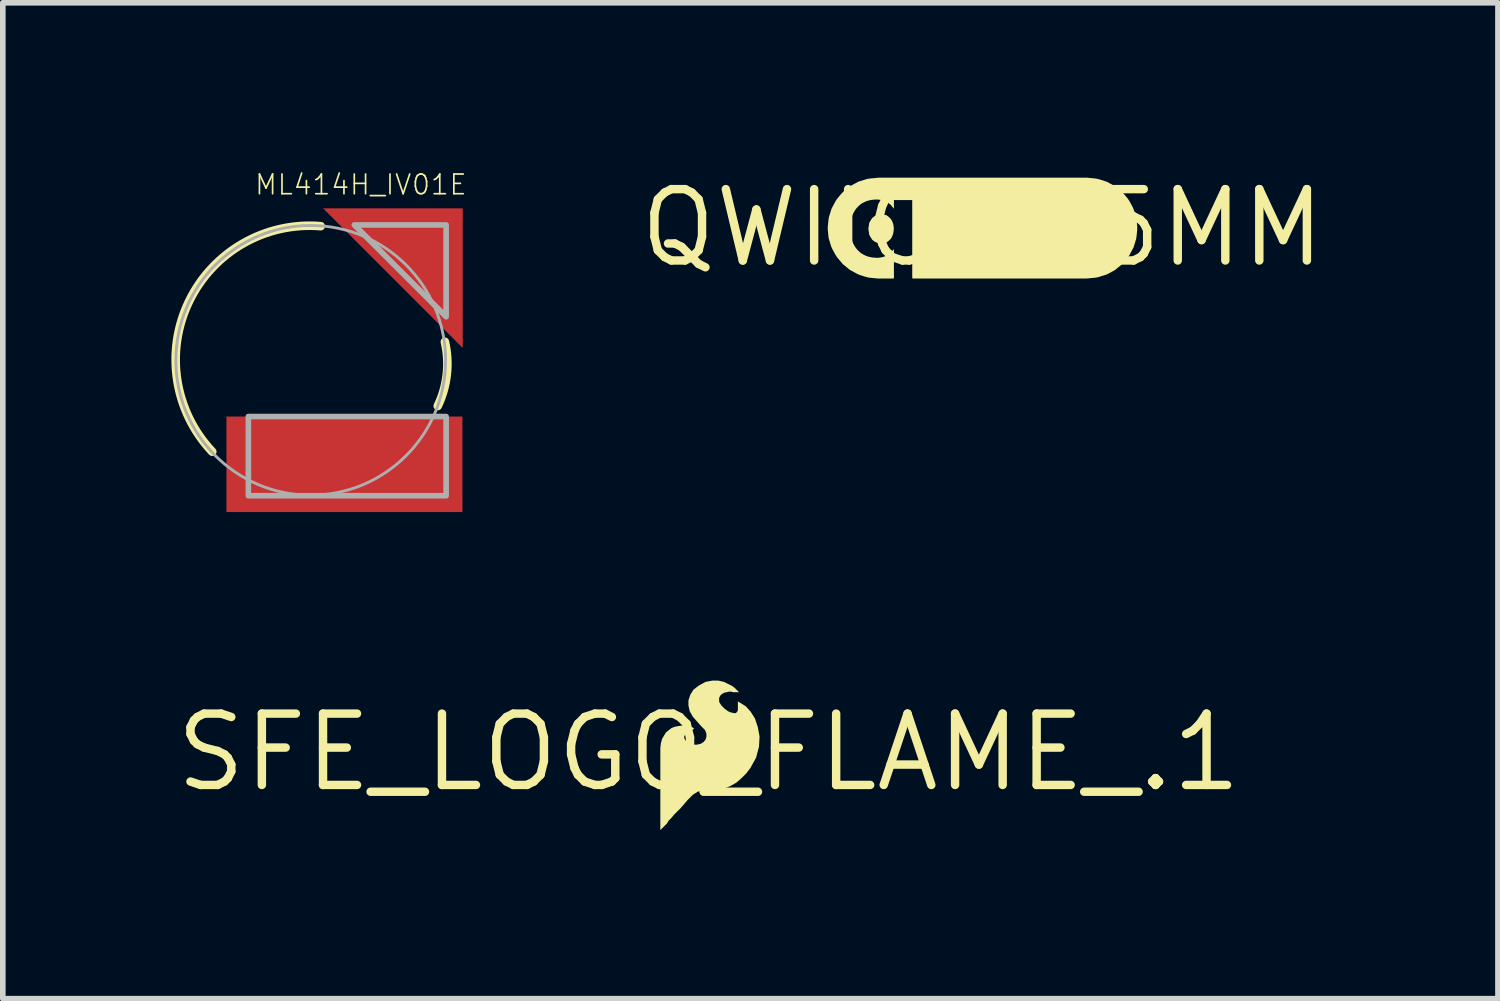
<source format=kicad_pcb>
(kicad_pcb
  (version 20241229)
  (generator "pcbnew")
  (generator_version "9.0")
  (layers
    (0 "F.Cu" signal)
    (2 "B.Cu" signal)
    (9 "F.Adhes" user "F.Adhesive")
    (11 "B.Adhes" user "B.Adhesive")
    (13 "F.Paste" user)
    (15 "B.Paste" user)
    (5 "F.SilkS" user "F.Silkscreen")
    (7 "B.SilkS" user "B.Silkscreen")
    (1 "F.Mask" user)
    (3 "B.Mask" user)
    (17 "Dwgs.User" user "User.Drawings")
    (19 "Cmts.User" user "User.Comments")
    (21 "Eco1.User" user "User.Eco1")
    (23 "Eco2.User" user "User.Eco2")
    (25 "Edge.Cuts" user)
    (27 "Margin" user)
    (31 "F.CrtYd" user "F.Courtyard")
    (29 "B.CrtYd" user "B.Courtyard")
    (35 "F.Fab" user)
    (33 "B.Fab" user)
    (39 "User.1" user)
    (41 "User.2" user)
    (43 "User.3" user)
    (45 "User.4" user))
  (footprint "SFE_LOGO_FLAME_.1"
    (layer "F.Cu")
    (at 9.563 10.34)
    (property "Reference" "SFE_LOGO_FLAME_.1" (at 0 0 0) (layer "F.SilkS") (effects (font (size 1.27 1.27) (thickness 0.15))))
    (fp_poly (pts (xy 0.27 -1.255) (xy 0.417 -1.182) (xy 0.462 -1.148) (xy 0.539 -1.071) (xy 0.428 -1.071) (xy 0.408 -1.081) (xy 0.362 -1.081) (xy 0.325 -1.072) (xy 0.279 -1.063) (xy 0.247 -1.046) (xy 0.215 -1.022) (xy 0.2 -1) (xy 0.192 -0.984) (xy 0.185 -0.963) (xy 0.185 -0.914) (xy 0.192 -0.885) (xy 0.227 -0.833) (xy 0.282 -0.778) (xy 0.319 -0.75) (xy 0.346 -0.732) (xy 0.38 -0.715) (xy 0.452 -0.697) (xy 0.471 -0.697) (xy 0.486 -0.702) (xy 0.506 -0.722) (xy 0.512 -0.734) (xy 0.519 -0.755) (xy 0.519 -0.908) (xy 0.662 -0.818) (xy 0.748 -0.722) (xy 0.822 -0.605) (xy 0.874 -0.449) (xy 0.905 -0.281) (xy 0.895 -0.103) (xy 0.843 0.095) (xy 0.739 0.282) (xy 0.666 0.376) (xy 0.583 0.459) (xy 0.5 0.532) (xy 0.394 0.595) (xy 0.289 0.637) (xy 0.175 0.668) (xy 0.05 0.689) (xy -0.14 0.689) (xy -0.19 0.697) (xy -0.279 0.751) (xy -0.375 0.847) (xy -0.495 0.987) (xy -0.615 1.107) (xy -0.665 1.167) (xy -0.713 1.215) (xy -0.743 1.265) (xy -0.861 1.383) (xy -0.861 -0.081) (xy -0.85 -0.167) (xy -0.828 -0.244) (xy -0.762 -0.354) (xy -0.706 -0.399) (xy -0.662 -0.433) (xy -0.604 -0.456) (xy -0.55 -0.466) (xy -0.486 -0.477) (xy -0.354 -0.477) (xy -0.259 -0.429) (xy -0.31 -0.378) (xy -0.358 -0.354) (xy -0.382 -0.346) (xy -0.43 -0.298) (xy -0.435 -0.283) (xy -0.435 -0.255) (xy -0.428 -0.236) (xy -0.413 -0.213) (xy -0.362 -0.161) (xy -0.322 -0.146) (xy -0.279 -0.137) (xy -0.208 -0.137) (xy -0.139 -0.154) (xy -0.089 -0.187) (xy -0.057 -0.227) (xy -0.041 -0.275) (xy -0.041 -0.332) (xy -0.066 -0.398) (xy -0.131 -0.463) (xy -0.212 -0.554) (xy -0.284 -0.637) (xy -0.339 -0.735) (xy -0.361 -0.835) (xy -0.361 -0.925) (xy -0.328 -1.025) (xy -0.272 -1.115) (xy -0.174 -1.191) (xy -0.056 -1.255) (xy 0.064 -1.277) (xy 0.171 -1.277)) (stroke (width 0) (type solid)) (fill yes) (layer "F.SilkS")))
  (footprint "QWIIC_5.5MM"
    (layer "F.Cu")
    (at 14.433 1.006)
    (property "Reference" "QWIIC_5.5MM" (at 0 0 0) (layer "F.SilkS") (effects (font (size 1.27 1.27) (thickness 0.15))))
    (fp_poly (pts (xy -1.761 -0.237) (xy -1.708 -0.227) (xy -1.665 -0.194) (xy -1.627 -0.157) (xy -1.601 -0.11) (xy -1.585 -0.06) (xy -1.577 -0.008) (xy -1.578 0.045) (xy -1.586 0.097) (xy -1.603 0.147) (xy -1.629 0.194) (xy -1.667 0.23) (xy -1.71 0.262) (xy -1.763 0.273) (xy -1.815 0.277) (xy -1.868 0.266) (xy -1.916 0.245) (xy -1.959 0.212) (xy -1.988 0.168) (xy -2.013 0.121) (xy -2.029 0.016) (xy -2.013 -0.089) (xy -1.987 -0.136) (xy -1.957 -0.179) (xy -1.914 -0.212) (xy -1.866 -0.232) (xy -1.813 -0.243)) (stroke (width 0) (type solid)) (fill yes) (layer "F.SilkS"))
    (fp_poly (pts (xy 1.914 -0.889) (xy 2.02 -0.878) (xy 2.072 -0.867) (xy 2.174 -0.835) (xy 2.224 -0.817) (xy 2.364 -0.74) (xy 2.487 -0.639) (xy 2.523 -0.599) (xy 2.591 -0.517) (xy 2.62 -0.472) (xy 2.671 -0.379) (xy 2.693 -0.33) (xy 2.741 -0.178) (xy 2.757 -0.019) (xy 2.756 0.034) (xy 2.745 0.14) (xy 2.738 0.193) (xy 2.691 0.346) (xy 2.616 0.487) (xy 2.585 0.53) (xy 2.518 0.612) (xy 2.481 0.651) (xy 2.357 0.752) (xy 2.216 0.828) (xy 2.064 0.876) (xy 2.012 0.886) (xy 1.853 0.901) (xy -1.246 0.901) (xy -1.248 0.867) (xy -1.248 -0.495) (xy -1.25 -0.495) (xy -1.573 -0.495) (xy -1.574 -0.461) (xy -1.574 -0.408) (xy -1.574 -0.34) (xy -1.628 -0.409) (xy -1.669 -0.441) (xy -1.713 -0.468) (xy -1.762 -0.487) (xy -1.812 -0.499) (xy -1.864 -0.505) (xy -1.916 -0.504) (xy -1.968 -0.499) (xy -2.019 -0.489) (xy -2.069 -0.474) (xy -2.116 -0.451) (xy -2.161 -0.426) (xy -2.2 -0.391) (xy -2.237 -0.354) (xy -2.268 -0.312) (xy -2.294 -0.267) (xy -2.316 -0.22) (xy -2.331 -0.17) (xy -2.344 -0.119) (xy -2.351 -0.067) (xy -2.355 -0.015) (xy -2.354 0.037) (xy -2.35 0.09) (xy -2.343 0.141) (xy -2.33 0.192) (xy -2.314 0.242) (xy -2.293 0.289) (xy -2.267 0.334) (xy -2.236 0.377) (xy -2.2 0.414) (xy -2.161 0.449) (xy -2.116 0.475) (xy -2.069 0.498) (xy -2.02 0.514) (xy -1.969 0.525) (xy -1.917 0.53) (xy -1.865 0.533) (xy -1.813 0.527) (xy -1.762 0.516) (xy -1.714 0.497) (xy -1.669 0.471) (xy -1.629 0.438) (xy -1.575 0.377) (xy -1.574 0.433) (xy -1.574 0.857) (xy -1.575 0.901) (xy -1.859 0.901) (xy -2.018 0.885) (xy -2.07 0.873) (xy -2.171 0.841) (xy -2.221 0.822) (xy -2.361 0.745) (xy -2.484 0.644) (xy -2.587 0.521) (xy -2.616 0.476) (xy -2.667 0.383) (xy -2.689 0.334) (xy -2.736 0.182) (xy -2.752 0.023) (xy -2.75 -0.031) (xy -2.739 -0.136) (xy -2.732 -0.189) (xy -2.684 -0.342) (xy -2.609 -0.483) (xy -2.578 -0.526) (xy -2.51 -0.608) (xy -2.473 -0.646) (xy -2.391 -0.714) (xy -2.348 -0.746) (xy -2.208 -0.822) (xy -2.055 -0.87) (xy -2.003 -0.879) (xy -1.844 -0.894) (xy 1.862 -0.894)) (stroke (width 0) (type solid)) (fill yes) (layer "F.SilkS")))
  (footprint "ML414H_IV01E"
    (layer "F.Cu")
    (at 2.48 3.363)
    (property "Reference" "ML414H_IV01E" (at -1.016 -2.921 0) (layer "F.SilkS") (effects (font (size 0.351 0.351) (thickness 0.03)) (justify left bottom)))
    (fp_poly (pts (xy 2.705 -0.22) (xy 0.22 -2.705) (xy 2.705 -2.705)) (stroke (width 0) (type solid)) (fill yes) (layer "F.Cu"))
    (fp_poly (pts (xy 2.705 -0.22) (xy 0.22 -2.705) (xy 2.705 -2.705)) (stroke (width 0) (type solid)) (fill yes) (layer "F.Mask"))
    (fp_poly (pts (xy -1.5 2.7) (xy 2.7 2.7) (xy 2.7 1) (xy -1.5 1)) (stroke (width 0) (type solid)) (fill yes) (layer "F.Mask"))
    (fp_arc (start -1.752599 1.625602) (mid -2.167967 -1.045069) (end 0.1778 -2.3876) (stroke (width 0.1524) (type solid)) (layer "F.SilkS"))
    (fp_arc (start 2.3876 -0.3302) (mid 2.42159 0.252132) (end 2.260599 0.8128) (stroke (width 0.1524) (type solid)) (layer "F.SilkS"))
    (fp_poly (pts (xy 2.705 -0.22) (xy 0.22 -2.705) (xy 2.705 -2.705)) (stroke (width 0) (type solid)) (fill yes) (layer "F.Paste"))
    (fp_poly (pts (xy -1.5 2.7) (xy 2.7 2.7) (xy 2.7 1) (xy -1.5 1)) (stroke (width 0) (type solid)) (fill yes) (layer "F.Paste"))
    (fp_circle (center 0 0) (end 2.4 0) (stroke (width 0.051) (type solid)) (fill no) (layer "F.Fab"))
    (fp_poly (pts (xy 2.41 -0.776) (xy 0.776 -2.41) (xy 2.41 -2.41)) (stroke (width 0.1) (type solid)) (fill no) (layer "F.Fab"))
    (fp_poly (pts (xy 2.41 2.41) (xy -1.11 2.41) (xy -1.11 1) (xy 2.41 1)) (stroke (width 0.1) (type solid)) (fill no) (layer "F.Fab"))
    (pad "+" smd rect (at 2.022 -2.032) (size 1 1) (layers "F.Cu"))
    (pad "-" smd rect (at 0.6 1.85) (size 4.2 1.7) (layers "F.Cu")))
  (gr_rect
    (start -3 -3)
    (end 23.609 14.723)
    (stroke (width 0.1) (type default))
    (fill no)
    (layer "Edge.Cuts")))
</source>
